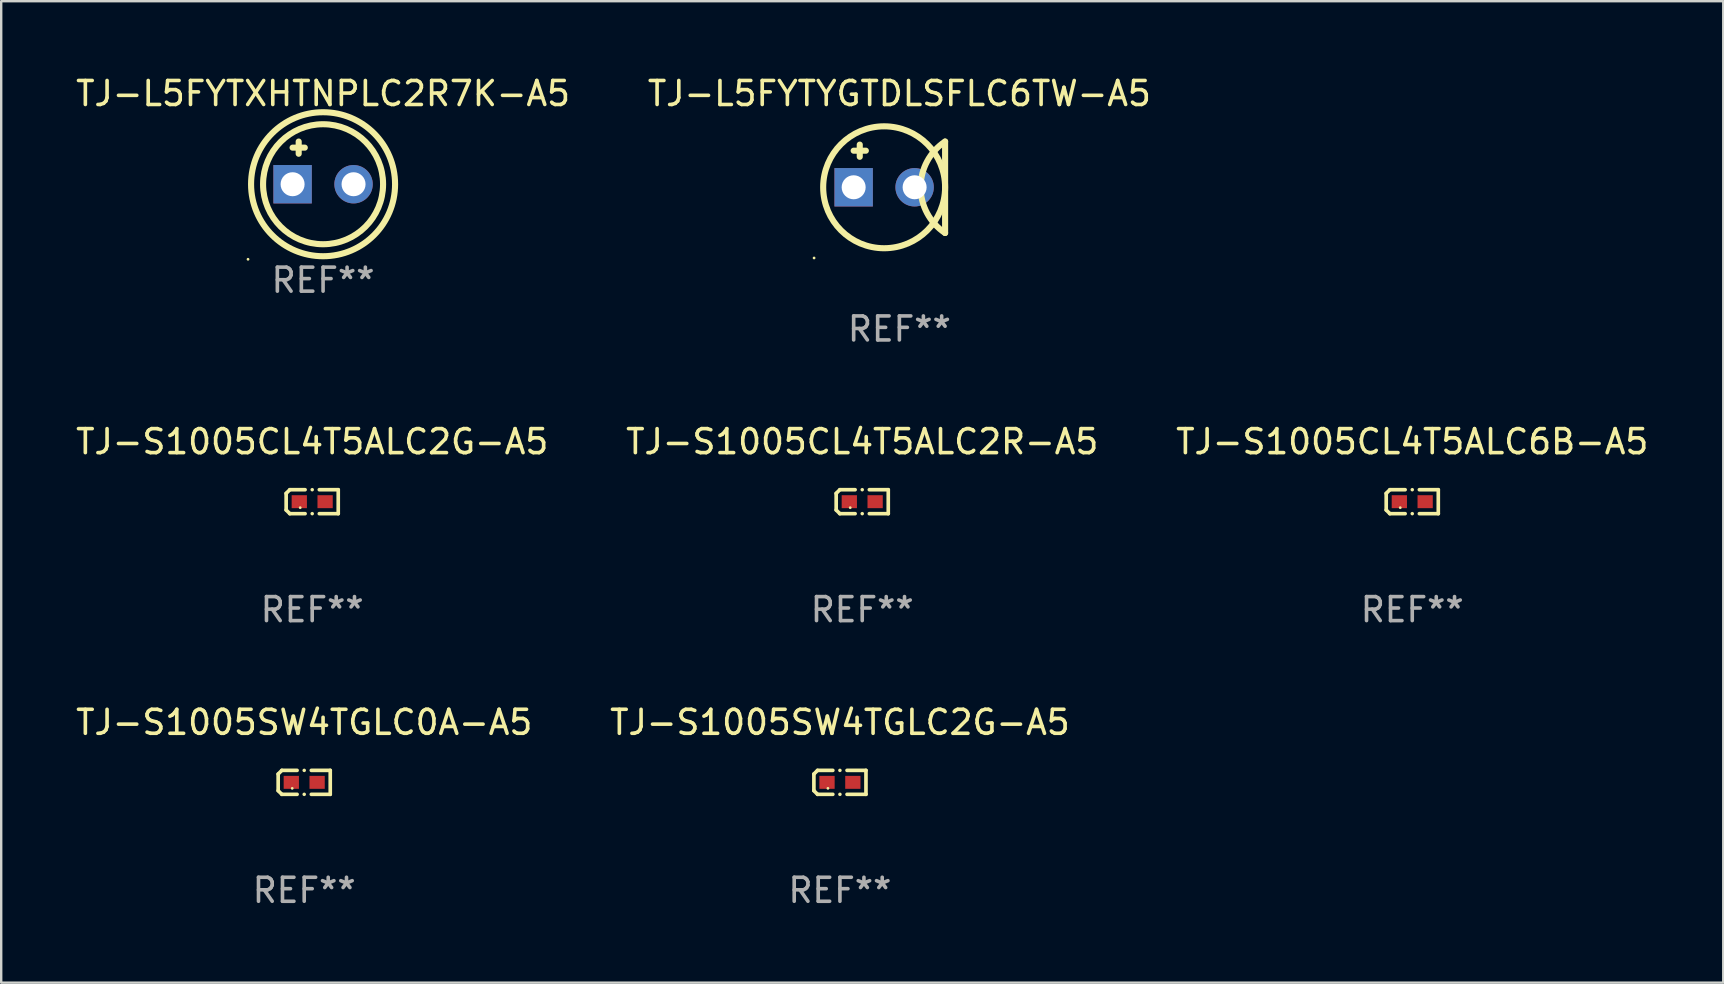
<source format=kicad_pcb>
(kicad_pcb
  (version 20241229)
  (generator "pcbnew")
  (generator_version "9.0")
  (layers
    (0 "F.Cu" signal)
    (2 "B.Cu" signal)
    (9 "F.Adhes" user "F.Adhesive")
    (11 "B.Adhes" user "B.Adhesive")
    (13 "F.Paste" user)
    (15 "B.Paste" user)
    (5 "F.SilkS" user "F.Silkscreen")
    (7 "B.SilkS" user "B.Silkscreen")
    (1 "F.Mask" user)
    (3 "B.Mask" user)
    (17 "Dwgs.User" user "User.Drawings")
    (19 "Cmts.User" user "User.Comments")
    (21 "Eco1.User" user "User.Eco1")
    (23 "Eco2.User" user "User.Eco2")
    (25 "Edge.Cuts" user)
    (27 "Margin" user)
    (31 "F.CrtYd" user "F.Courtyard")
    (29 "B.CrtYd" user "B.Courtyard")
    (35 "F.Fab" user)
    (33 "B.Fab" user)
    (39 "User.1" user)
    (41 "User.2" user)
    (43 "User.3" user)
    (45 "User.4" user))
  (footprint "TJ-S1005CL4T5ALC2G-A5"
    (layer "F.Cu")
    (at 9.958 17.853)
    (property "Reference" "TJ-S1005CL4T5ALC2G-A5" (at 0 -2.499 0) (layer "F.SilkS") (effects (font (size 1 1) (thickness 0.15))))
    (attr through_hole)
    (fp_line (start -1.085 -0.346) (end -0.933 -0.499) (stroke (width 0.152) (type solid)) (layer "F.SilkS"))
    (fp_line (start -1.085 0.346) (end -1.085 -0.346) (stroke (width 0.152) (type solid)) (layer "F.SilkS"))
    (fp_line (start -0.933 -0.499) (end -0.296 -0.499) (stroke (width 0.152) (type solid)) (layer "F.SilkS"))
    (fp_line (start -0.933 0.499) (end -1.085 0.346) (stroke (width 0.152) (type solid)) (layer "F.SilkS"))
    (fp_line (start -0.296 0.499) (end -0.933 0.499) (stroke (width 0.152) (type solid)) (layer "F.SilkS"))
    (fp_line (start 0.296 0.499) (end 1.085 0.499) (stroke (width 0.152) (type solid)) (layer "F.SilkS"))
    (fp_line (start 1.085 -0.499) (end 0.296 -0.499) (stroke (width 0.152) (type solid)) (layer "F.SilkS"))
    (fp_line (start 1.085 0.499) (end 1.085 -0.499) (stroke (width 0.152) (type solid)) (layer "F.SilkS"))
    (fp_circle (center -0.5 0.25) (end -0.47 0.25) (stroke (width 0.06) (type solid)) (fill no) (layer "F.SilkS"))
    (fp_circle (center 0 -0.499) (end 0.038 -0.499) (stroke (width 0.076) (type solid)) (fill no) (layer "F.SilkS"))
    (fp_circle (center 0 0.499) (end 0.038 0.499) (stroke (width 0.076) (type solid)) (fill no) (layer "F.SilkS"))
    (fp_text user "REF**" (at 0 4.499 0) (layer "F.Fab") (effects (font (size 1 1) (thickness 0.15))))
    (pad "1" smd rect (at -0.538 0) (size 0.636 0.54) (layers "F.Cu" "F.Mask" "F.Paste"))
    (pad "2" smd rect (at 0.538 0) (size 0.636 0.54) (layers "F.Cu" "F.Mask" "F.Paste")))
  (footprint "TJ-S1005SW4TGLC0A-A5"
    (layer "F.Cu")
    (at 9.625 29.547)
    (property "Reference" "TJ-S1005SW4TGLC0A-A5" (at 0 -2.499 0) (layer "F.SilkS") (effects (font (size 1 1) (thickness 0.15))))
    (attr through_hole)
    (fp_line (start -1.085 -0.346) (end -0.933 -0.499) (stroke (width 0.152) (type solid)) (layer "F.SilkS"))
    (fp_line (start -1.085 0.346) (end -1.085 -0.346) (stroke (width 0.152) (type solid)) (layer "F.SilkS"))
    (fp_line (start -0.933 -0.499) (end -0.296 -0.499) (stroke (width 0.152) (type solid)) (layer "F.SilkS"))
    (fp_line (start -0.933 0.499) (end -1.085 0.346) (stroke (width 0.152) (type solid)) (layer "F.SilkS"))
    (fp_line (start -0.296 0.499) (end -0.933 0.499) (stroke (width 0.152) (type solid)) (layer "F.SilkS"))
    (fp_line (start 0.296 0.499) (end 1.085 0.499) (stroke (width 0.152) (type solid)) (layer "F.SilkS"))
    (fp_line (start 1.085 -0.499) (end 0.296 -0.499) (stroke (width 0.152) (type solid)) (layer "F.SilkS"))
    (fp_line (start 1.085 0.499) (end 1.085 -0.499) (stroke (width 0.152) (type solid)) (layer "F.SilkS"))
    (fp_circle (center -0.5 0.25) (end -0.47 0.25) (stroke (width 0.06) (type solid)) (fill no) (layer "F.SilkS"))
    (fp_circle (center 0 -0.499) (end 0.038 -0.499) (stroke (width 0.076) (type solid)) (fill no) (layer "F.SilkS"))
    (fp_circle (center 0 0.499) (end 0.038 0.499) (stroke (width 0.076) (type solid)) (fill no) (layer "F.SilkS"))
    (fp_text user "REF**" (at 0 4.499 0) (layer "F.Fab") (effects (font (size 1 1) (thickness 0.15))))
    (pad "1" smd rect (at -0.538 0) (size 0.636 0.54) (layers "F.Cu" "F.Mask" "F.Paste"))
    (pad "2" smd rect (at 0.538 0) (size 0.636 0.54) (layers "F.Cu" "F.Mask" "F.Paste")))
  (footprint "TJ-L5FYTXHTNPLC2R7K-A5"
    (layer "F.Cu")
    (at 10.411 3.737)
    (property "Reference" "TJ-L5FYTXHTNPLC2R7K-A5" (at 0 -2.889 0) (layer "F.SilkS") (effects (font (size 1 1) (thickness 0.15))))
    (attr through_hole)
    (fp_line (start -1.27 -0.635) (end -0.762 -0.635) (stroke (width 0.254) (type solid)) (layer "F.SilkS"))
    (fp_line (start -1.016 -0.889) (end -1.016 -0.381) (stroke (width 0.254) (type solid)) (layer "F.SilkS"))
    (fp_circle (center -3.127 4.016) (end -3.097 4.016) (stroke (width 0.06) (type solid)) (fill no) (layer "F.SilkS"))
    (fp_circle (center 0 0.889) (end 2.5 0.889) (stroke (width 0.254) (type solid)) (fill no) (layer "F.SilkS"))
    (fp_circle (center 0 0.889) (end 3 0.889) (stroke (width 0.254) (type solid)) (fill no) (layer "F.SilkS"))
    (fp_text user "REF**" (at 0 4.889 0) (layer "F.Fab") (effects (font (size 1 1) (thickness 0.15))))
    (pad "1" thru_hole rect (at -1.27 0.889) (size 1.6 1.6) (drill 1) (layers "*.Cu" "*.Mask"))
    (pad "2" thru_hole circle (at 1.27 0.889) (size 1.6 1.6) (drill 1) (layers "*.Cu" "*.Mask")))
  (footprint "TJ-S1005SW4TGLC2G-A5"
    (layer "F.Cu")
    (at 31.946 29.547)
    (property "Reference" "TJ-S1005SW4TGLC2G-A5" (at 0 -2.499 0) (layer "F.SilkS") (effects (font (size 1 1) (thickness 0.15))))
    (attr through_hole)
    (fp_line (start -1.085 -0.346) (end -0.933 -0.499) (stroke (width 0.152) (type solid)) (layer "F.SilkS"))
    (fp_line (start -1.085 0.346) (end -1.085 -0.346) (stroke (width 0.152) (type solid)) (layer "F.SilkS"))
    (fp_line (start -0.933 -0.499) (end -0.296 -0.499) (stroke (width 0.152) (type solid)) (layer "F.SilkS"))
    (fp_line (start -0.933 0.499) (end -1.085 0.346) (stroke (width 0.152) (type solid)) (layer "F.SilkS"))
    (fp_line (start -0.296 0.499) (end -0.933 0.499) (stroke (width 0.152) (type solid)) (layer "F.SilkS"))
    (fp_line (start 0.296 0.499) (end 1.085 0.499) (stroke (width 0.152) (type solid)) (layer "F.SilkS"))
    (fp_line (start 1.085 -0.499) (end 0.296 -0.499) (stroke (width 0.152) (type solid)) (layer "F.SilkS"))
    (fp_line (start 1.085 0.499) (end 1.085 -0.499) (stroke (width 0.152) (type solid)) (layer "F.SilkS"))
    (fp_circle (center -0.5 0.25) (end -0.47 0.25) (stroke (width 0.06) (type solid)) (fill no) (layer "F.SilkS"))
    (fp_circle (center 0 -0.499) (end 0.038 -0.499) (stroke (width 0.076) (type solid)) (fill no) (layer "F.SilkS"))
    (fp_circle (center 0 0.499) (end 0.038 0.499) (stroke (width 0.076) (type solid)) (fill no) (layer "F.SilkS"))
    (fp_text user "REF**" (at 0 4.499 0) (layer "F.Fab") (effects (font (size 1 1) (thickness 0.15))))
    (pad "1" smd rect (at -0.538 0) (size 0.636 0.54) (layers "F.Cu" "F.Mask" "F.Paste"))
    (pad "2" smd rect (at 0.538 0) (size 0.636 0.54) (layers "F.Cu" "F.Mask" "F.Paste")))
  (footprint "TJ-S1005CL4T5ALC2R-A5"
    (layer "F.Cu")
    (at 32.875 17.853)
    (property "Reference" "TJ-S1005CL4T5ALC2R-A5" (at 0 -2.499 0) (layer "F.SilkS") (effects (font (size 1 1) (thickness 0.15))))
    (attr through_hole)
    (fp_line (start -1.085 -0.346) (end -0.933 -0.499) (stroke (width 0.152) (type solid)) (layer "F.SilkS"))
    (fp_line (start -1.085 0.346) (end -1.085 -0.346) (stroke (width 0.152) (type solid)) (layer "F.SilkS"))
    (fp_line (start -0.933 -0.499) (end -0.296 -0.499) (stroke (width 0.152) (type solid)) (layer "F.SilkS"))
    (fp_line (start -0.933 0.499) (end -1.085 0.346) (stroke (width 0.152) (type solid)) (layer "F.SilkS"))
    (fp_line (start -0.296 0.499) (end -0.933 0.499) (stroke (width 0.152) (type solid)) (layer "F.SilkS"))
    (fp_line (start 0.296 0.499) (end 1.085 0.499) (stroke (width 0.152) (type solid)) (layer "F.SilkS"))
    (fp_line (start 1.085 -0.499) (end 0.296 -0.499) (stroke (width 0.152) (type solid)) (layer "F.SilkS"))
    (fp_line (start 1.085 0.499) (end 1.085 -0.499) (stroke (width 0.152) (type solid)) (layer "F.SilkS"))
    (fp_circle (center -0.5 0.25) (end -0.47 0.25) (stroke (width 0.06) (type solid)) (fill no) (layer "F.SilkS"))
    (fp_circle (center 0 -0.499) (end 0.038 -0.499) (stroke (width 0.076) (type solid)) (fill no) (layer "F.SilkS"))
    (fp_circle (center 0 0.499) (end 0.038 0.499) (stroke (width 0.076) (type solid)) (fill no) (layer "F.SilkS"))
    (fp_text user "REF**" (at 0 4.499 0) (layer "F.Fab") (effects (font (size 1 1) (thickness 0.15))))
    (pad "1" smd rect (at -0.538 0) (size 0.636 0.54) (layers "F.Cu" "F.Mask" "F.Paste"))
    (pad "2" smd rect (at 0.538 0) (size 0.636 0.54) (layers "F.Cu" "F.Mask" "F.Paste")))
  (footprint "TJ-S1005CL4T5ALC6B-A5"
    (layer "F.Cu")
    (at 55.792 17.853)
    (property "Reference" "TJ-S1005CL4T5ALC6B-A5" (at 0 -2.499 0) (layer "F.SilkS") (effects (font (size 1 1) (thickness 0.15))))
    (attr through_hole)
    (fp_line (start -1.085 -0.346) (end -0.933 -0.499) (stroke (width 0.152) (type solid)) (layer "F.SilkS"))
    (fp_line (start -1.085 0.346) (end -1.085 -0.346) (stroke (width 0.152) (type solid)) (layer "F.SilkS"))
    (fp_line (start -0.933 -0.499) (end -0.296 -0.499) (stroke (width 0.152) (type solid)) (layer "F.SilkS"))
    (fp_line (start -0.933 0.499) (end -1.085 0.346) (stroke (width 0.152) (type solid)) (layer "F.SilkS"))
    (fp_line (start -0.296 0.499) (end -0.933 0.499) (stroke (width 0.152) (type solid)) (layer "F.SilkS"))
    (fp_line (start 0.296 0.499) (end 1.085 0.499) (stroke (width 0.152) (type solid)) (layer "F.SilkS"))
    (fp_line (start 1.085 -0.499) (end 0.296 -0.499) (stroke (width 0.152) (type solid)) (layer "F.SilkS"))
    (fp_line (start 1.085 0.499) (end 1.085 -0.499) (stroke (width 0.152) (type solid)) (layer "F.SilkS"))
    (fp_circle (center -0.5 0.25) (end -0.47 0.25) (stroke (width 0.06) (type solid)) (fill no) (layer "F.SilkS"))
    (fp_circle (center 0 -0.499) (end 0.038 -0.499) (stroke (width 0.076) (type solid)) (fill no) (layer "F.SilkS"))
    (fp_circle (center 0 0.499) (end 0.038 0.499) (stroke (width 0.076) (type solid)) (fill no) (layer "F.SilkS"))
    (fp_text user "REF**" (at 0 4.499 0) (layer "F.Fab") (effects (font (size 1 1) (thickness 0.15))))
    (pad "1" smd rect (at -0.538 0) (size 0.636 0.54) (layers "F.Cu" "F.Mask" "F.Paste"))
    (pad "2" smd rect (at 0.538 0) (size 0.636 0.54) (layers "F.Cu" "F.Mask" "F.Paste")))
  (footprint "TJ-L5FYTYGTDLSFLC6TW-A5"
    (layer "F.Cu")
    (at 34.423 4.753)
    (property "Reference" "TJ-L5FYTYGTDLSFLC6TW-A5" (at 0 -3.905 0) (layer "F.SilkS") (effects (font (size 1 1) (thickness 0.15))))
    (attr through_hole)
    (fp_line (start -1.905 -1.524) (end -1.397 -1.524) (stroke (width 0.254) (type solid)) (layer "F.SilkS"))
    (fp_line (start -1.651 -1.778) (end -1.651 -1.27) (stroke (width 0.254) (type solid)) (layer "F.SilkS"))
    (fp_line (start 1.905 1.905) (end 1.905 -1.905) (stroke (width 0.254) (type solid)) (layer "F.SilkS"))
    (fp_arc (start 1.904999 1.905) (mid 0.885477 0) (end 1.904999 -1.905) (stroke (width 0.254001) (type solid)) (layer "F.SilkS"))
    (fp_circle (center -3.554 2.946) (end -3.524 2.946) (stroke (width 0.06) (type solid)) (fill no) (layer "F.SilkS"))
    (fp_circle (center -0.635 0) (end 1.905 0) (stroke (width 0.254) (type solid)) (fill no) (layer "F.SilkS"))
    (fp_text user "REF**" (at 0 5.905 0) (layer "F.Fab") (effects (font (size 1 1) (thickness 0.15))))
    (pad "1" thru_hole rect (at -1.905 0) (size 1.6 1.6) (drill 1) (layers "*.Cu" "*.Mask"))
    (pad "2" thru_hole circle (at 0.635 0) (size 1.6 1.6) (drill 1) (layers "*.Cu" "*.Mask")))
  (gr_rect
    (start -3 -3)
    (end 68.75 37.894)
    (stroke (width 0.1) (type default))
    (fill no)
    (layer "Edge.Cuts")))
</source>
